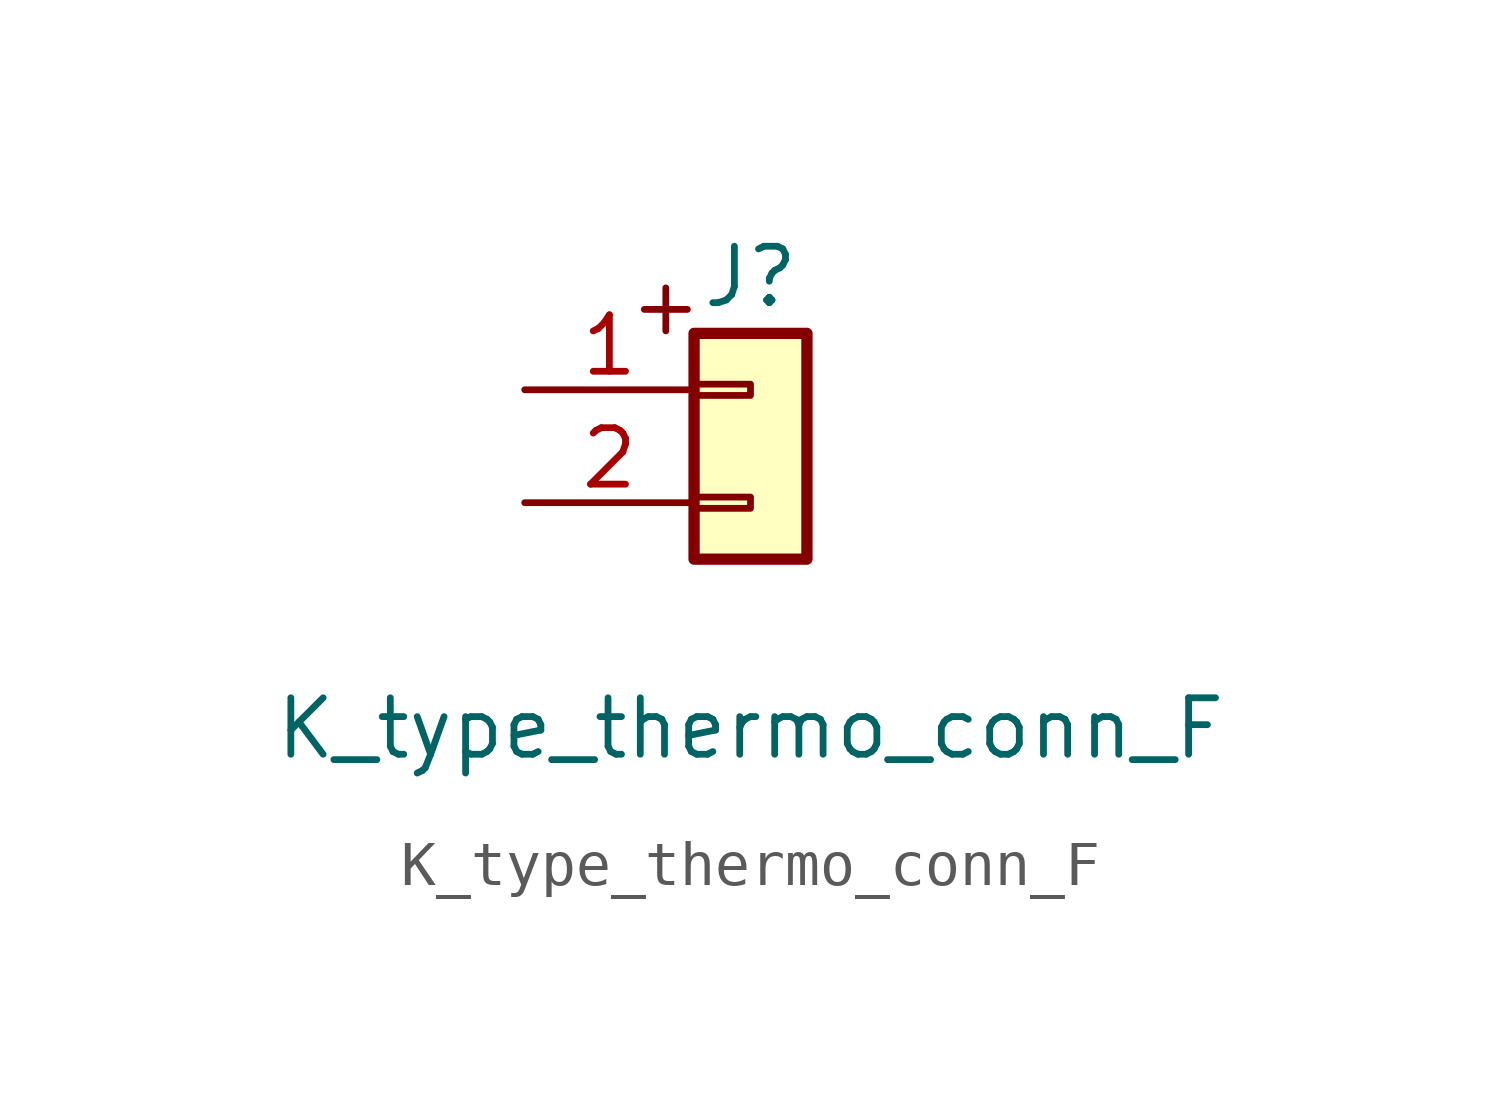
<source format=kicad_sym>
(kicad_symbol_lib
  (version 20211014)
  (generator kicad_symbol_editor)
  (symbol "K_type_thermo_conn_F"
    (pin_names
      (offset 1.016) hide)
    (property "Reference" "J"
      (at 0 2.54 0)
      (effects (font (size 1.27 1.27))))
    (property "Value" "K_type_thermo_conn_F"
      (at 0 -7.62 0)
      (effects (font (size 1.27 1.27))))
    (symbol "K_type_thermo_conn_F_0_0"
      (text "+" (at -1.905 1.905 0) (effects (font (size 1.27 1.27)))))
    (symbol "K_type_thermo_conn_F_1_1"
      (rectangle (start -1.27 -2.413) (end 0 -2.667) (stroke (width 0.152) (type default) (color 0 0 0 0)) (fill (type none)))
      (rectangle (start -1.27 0.127) (end 0 -0.127) (stroke (width 0.152) (type default) (color 0 0 0 0)) (fill (type none)))
      (rectangle (start -1.27 1.27) (end 1.27 -3.81) (stroke (width 0.254) (type default) (color 0 0 0 0)) (fill (type background)))
      (pin passive line (at -5.08 0 0) (length 3.81) (name "Pin_1" (effects (font (size 1.27 1.27)))) (number "1" (effects (font (size 1.27 1.27)))))
      (pin passive line (at -5.08 -2.54 0) (length 3.81) (name "Pin_2" (effects (font (size 1.27 1.27)))) (number "2" (effects (font (size 1.27 1.27))))))))
</source>
